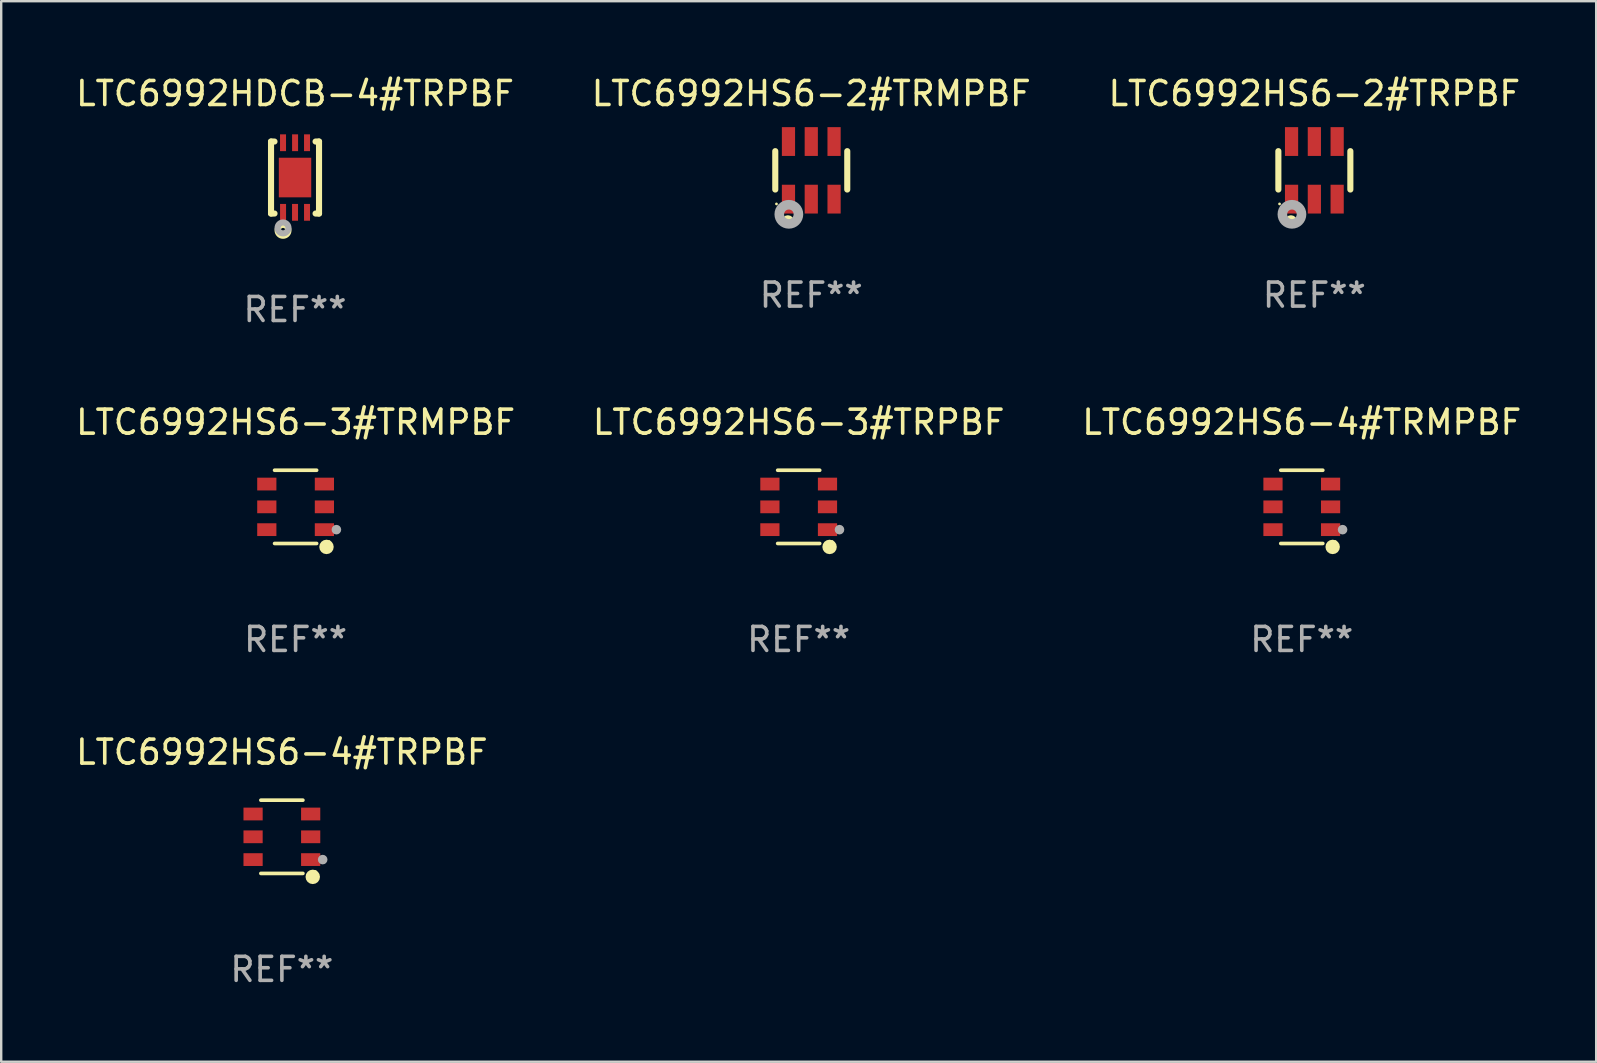
<source format=kicad_pcb>
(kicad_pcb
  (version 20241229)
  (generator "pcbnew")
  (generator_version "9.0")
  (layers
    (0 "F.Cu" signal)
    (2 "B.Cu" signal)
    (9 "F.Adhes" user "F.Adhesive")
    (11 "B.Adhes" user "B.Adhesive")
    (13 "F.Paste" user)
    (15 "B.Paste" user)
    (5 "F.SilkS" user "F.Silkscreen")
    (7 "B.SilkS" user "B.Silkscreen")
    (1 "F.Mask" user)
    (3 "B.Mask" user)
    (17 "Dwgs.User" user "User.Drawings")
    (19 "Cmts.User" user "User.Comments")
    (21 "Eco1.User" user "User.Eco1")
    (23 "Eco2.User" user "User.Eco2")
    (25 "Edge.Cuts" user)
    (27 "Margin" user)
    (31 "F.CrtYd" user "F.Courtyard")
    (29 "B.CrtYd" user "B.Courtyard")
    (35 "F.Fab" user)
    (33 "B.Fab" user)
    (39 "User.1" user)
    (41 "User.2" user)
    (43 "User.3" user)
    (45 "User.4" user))
  (footprint "LTC6992HS6-3#TRPBF"
    (layer "F.Cu")
    (at 30.232 18.071)
    (property "Reference" "LTC6992HS6-3#TRPBF" (at 0 -3.526 0) (layer "F.SilkS") (effects (font (size 1 1) (thickness 0.15))))
    (attr through_hole)
    (fp_line (start 0.876 -1.526) (end -0.876 -1.526) (stroke (width 0.152) (type solid)) (layer "F.SilkS"))
    (fp_line (start 0.876 1.526) (end -0.876 1.526) (stroke (width 0.152) (type solid)) (layer "F.SilkS"))
    (fp_circle (center 1.287 1.669) (end 1.438 1.669) (stroke (width 0.3) (type solid)) (fill no) (layer "F.SilkS"))
    (fp_circle (center 1.4 1.45) (end 1.43 1.45) (stroke (width 0.06) (type solid)) (fill no) (layer "F.SilkS"))
    (fp_circle (center 1.7 0.95) (end 1.8 0.95) (stroke (width 0.2) (type solid)) (fill no) (layer "F.Fab"))
    (fp_text user "REF**" (at 0 5.526 0) (layer "F.Fab") (effects (font (size 1 1) (thickness 0.15))))
    (pad "1" smd rect (at 1.2 0.95) (size 0.8 0.532) (layers "F.Cu" "F.Mask" "F.Paste"))
    (pad "2" smd rect (at 1.2 0) (size 0.8 0.532) (layers "F.Cu" "F.Mask" "F.Paste"))
    (pad "3" smd rect (at 1.2 -0.95) (size 0.8 0.532) (layers "F.Cu" "F.Mask" "F.Paste"))
    (pad "4" smd rect (at -1.2 -0.95) (size 0.8 0.532) (layers "F.Cu" "F.Mask" "F.Paste"))
    (pad "5" smd rect (at -1.2 0) (size 0.8 0.532) (layers "F.Cu" "F.Mask" "F.Paste"))
    (pad "6" smd rect (at -1.2 0.95) (size 0.8 0.532) (layers "F.Cu" "F.Mask" "F.Paste")))
  (footprint "LTC6992HS6-3#TRMPBF"
    (layer "F.Cu")
    (at 9.268 18.071)
    (property "Reference" "LTC6992HS6-3#TRMPBF" (at 0 -3.526 0) (layer "F.SilkS") (effects (font (size 1 1) (thickness 0.15))))
    (attr through_hole)
    (fp_line (start 0.876 -1.526) (end -0.876 -1.526) (stroke (width 0.152) (type solid)) (layer "F.SilkS"))
    (fp_line (start 0.876 1.526) (end -0.876 1.526) (stroke (width 0.152) (type solid)) (layer "F.SilkS"))
    (fp_circle (center 1.287 1.669) (end 1.438 1.669) (stroke (width 0.3) (type solid)) (fill no) (layer "F.SilkS"))
    (fp_circle (center 1.4 1.45) (end 1.43 1.45) (stroke (width 0.06) (type solid)) (fill no) (layer "F.SilkS"))
    (fp_circle (center 1.7 0.95) (end 1.8 0.95) (stroke (width 0.2) (type solid)) (fill no) (layer "F.Fab"))
    (fp_text user "REF**" (at 0 5.526 0) (layer "F.Fab") (effects (font (size 1 1) (thickness 0.15))))
    (pad "1" smd rect (at 1.2 0.95) (size 0.8 0.532) (layers "F.Cu" "F.Mask" "F.Paste"))
    (pad "2" smd rect (at 1.2 0) (size 0.8 0.532) (layers "F.Cu" "F.Mask" "F.Paste"))
    (pad "3" smd rect (at 1.2 -0.95) (size 0.8 0.532) (layers "F.Cu" "F.Mask" "F.Paste"))
    (pad "4" smd rect (at -1.2 -0.95) (size 0.8 0.532) (layers "F.Cu" "F.Mask" "F.Paste"))
    (pad "5" smd rect (at -1.2 0) (size 0.8 0.532) (layers "F.Cu" "F.Mask" "F.Paste"))
    (pad "6" smd rect (at -1.2 0.95) (size 0.8 0.532) (layers "F.Cu" "F.Mask" "F.Paste")))
  (footprint "LTC6992HS6-2#TRMPBF"
    (layer "F.Cu")
    (at 30.756 4.048)
    (property "Reference" "LTC6992HS6-2#TRMPBF" (at 0 -3.2 0) (layer "F.SilkS") (effects (font (size 1 1) (thickness 0.15))))
    (attr through_hole)
    (fp_line (start -1.5 0.8) (end -1.5 -0.8) (stroke (width 0.254) (type solid)) (layer "F.SilkS"))
    (fp_line (start 1.5 -0.8) (end 1.5 0.8) (stroke (width 0.254) (type solid)) (layer "F.SilkS"))
    (fp_circle (center -1.45 1.4) (end -1.42 1.4) (stroke (width 0.06) (type solid)) (fill no) (layer "F.SilkS"))
    (fp_circle (center -0.975 2.125) (end -0.848 2.125) (stroke (width 0.254) (type solid)) (fill no) (layer "F.SilkS"))
    (fp_circle (center -0.934 1.832) (end -0.735 1.832) (stroke (width 0.4) (type solid)) (fill no) (layer "F.Fab"))
    (fp_text user "REF**" (at 0 5.2 0) (layer "F.Fab") (effects (font (size 1 1) (thickness 0.15))))
    (pad "1" smd rect (at -0.95 1.2) (size 0.55 1.2) (layers "F.Cu" "F.Mask" "F.Paste"))
    (pad "2" smd rect (at 0 1.2) (size 0.55 1.2) (layers "F.Cu" "F.Mask" "F.Paste"))
    (pad "3" smd rect (at 0.95 1.2) (size 0.55 1.2) (layers "F.Cu" "F.Mask" "F.Paste"))
    (pad "4" smd rect (at 0.95 -1.2) (size 0.55 1.2) (layers "F.Cu" "F.Mask" "F.Paste"))
    (pad "5" smd rect (at 0 -1.2) (size 0.55 1.2) (layers "F.Cu" "F.Mask" "F.Paste"))
    (pad "6" smd rect (at -0.95 -1.2) (size 0.55 1.2) (layers "F.Cu" "F.Mask" "F.Paste")))
  (footprint "LTC6992HS6-4#TRMPBF"
    (layer "F.Cu")
    (at 51.196 18.071)
    (property "Reference" "LTC6992HS6-4#TRMPBF" (at 0 -3.526 0) (layer "F.SilkS") (effects (font (size 1 1) (thickness 0.15))))
    (attr through_hole)
    (fp_line (start 0.876 -1.526) (end -0.876 -1.526) (stroke (width 0.152) (type solid)) (layer "F.SilkS"))
    (fp_line (start 0.876 1.526) (end -0.876 1.526) (stroke (width 0.152) (type solid)) (layer "F.SilkS"))
    (fp_circle (center 1.287 1.669) (end 1.438 1.669) (stroke (width 0.3) (type solid)) (fill no) (layer "F.SilkS"))
    (fp_circle (center 1.4 1.45) (end 1.43 1.45) (stroke (width 0.06) (type solid)) (fill no) (layer "F.SilkS"))
    (fp_circle (center 1.7 0.95) (end 1.8 0.95) (stroke (width 0.2) (type solid)) (fill no) (layer "F.Fab"))
    (fp_text user "REF**" (at 0 5.526 0) (layer "F.Fab") (effects (font (size 1 1) (thickness 0.15))))
    (pad "1" smd rect (at 1.2 0.95) (size 0.8 0.532) (layers "F.Cu" "F.Mask" "F.Paste"))
    (pad "2" smd rect (at 1.2 0) (size 0.8 0.532) (layers "F.Cu" "F.Mask" "F.Paste"))
    (pad "3" smd rect (at 1.2 -0.95) (size 0.8 0.532) (layers "F.Cu" "F.Mask" "F.Paste"))
    (pad "4" smd rect (at -1.2 -0.95) (size 0.8 0.532) (layers "F.Cu" "F.Mask" "F.Paste"))
    (pad "5" smd rect (at -1.2 0) (size 0.8 0.532) (layers "F.Cu" "F.Mask" "F.Paste"))
    (pad "6" smd rect (at -1.2 0.95) (size 0.8 0.532) (layers "F.Cu" "F.Mask" "F.Paste")))
  (footprint "LTC6992HDCB-4#TRPBF"
    (layer "F.Cu")
    (at 9.244 4.348)
    (property "Reference" "LTC6992HDCB-4#TRPBF" (at 0 -3.5 0) (layer "F.SilkS") (effects (font (size 1 1) (thickness 0.15))))
    (attr through_hole)
    (fp_line (start -1 1.5) (end -1 -1.5) (stroke (width 0.254) (type solid)) (layer "F.SilkS"))
    (fp_line (start -0.856 -1.5) (end -1 -1.5) (stroke (width 0.254) (type solid)) (layer "F.SilkS"))
    (fp_line (start -0.855 1.5) (end -1 1.5) (stroke (width 0.254) (type solid)) (layer "F.SilkS"))
    (fp_line (start 1 -1.5) (end 0.856 -1.5) (stroke (width 0.254) (type solid)) (layer "F.SilkS"))
    (fp_line (start 1 1.5) (end 0.856 1.5) (stroke (width 0.254) (type solid)) (layer "F.SilkS"))
    (fp_line (start 1 1.5) (end 1 -1.5) (stroke (width 0.254) (type solid)) (layer "F.SilkS"))
    (fp_circle (center -1 1.5) (end -0.97 1.5) (stroke (width 0.06) (type solid)) (fill no) (layer "F.SilkS"))
    (fp_circle (center -0.5 2.2) (end -0.4 2.2) (stroke (width 0.254) (type solid)) (fill no) (layer "F.SilkS"))
    (fp_circle (center -0.5 2.1) (end -0.4 2.1) (stroke (width 0.254) (type solid)) (fill no) (layer "F.Fab"))
    (fp_text user "REF**" (at 0 5.5 0) (layer "F.Fab") (effects (font (size 1 1) (thickness 0.15))))
    (pad "1" smd rect (at -0.499 1.45 180) (size 0.25 0.7) (layers "F.Cu" "F.Mask" "F.Paste"))
    (pad "2" smd rect (at 0.000025 1.45 180) (size 0.25 0.7) (layers "F.Cu" "F.Mask" "F.Paste"))
    (pad "3" smd rect (at 0.5 1.45 180) (size 0.25 0.7) (layers "F.Cu" "F.Mask" "F.Paste"))
    (pad "4" smd rect (at 0.5 -1.45 180) (size 0.25 0.7) (layers "F.Cu" "F.Mask" "F.Paste"))
    (pad "5" smd rect (at 0.002 -1.45 180) (size 0.25 0.7) (layers "F.Cu" "F.Mask" "F.Paste"))
    (pad "6" smd rect (at -0.5 -1.45 180) (size 0.25 0.7) (layers "F.Cu" "F.Mask" "F.Paste"))
    (pad "7" smd rect (at 0.000025 0.000038 180) (size 1.35 1.65) (layers "F.Cu" "F.Mask" "F.Paste")))
  (footprint "LTC6992HS6-2#TRPBF"
    (layer "F.Cu")
    (at 51.72 4.048)
    (property "Reference" "LTC6992HS6-2#TRPBF" (at 0 -3.2 0) (layer "F.SilkS") (effects (font (size 1 1) (thickness 0.15))))
    (attr through_hole)
    (fp_line (start -1.5 0.8) (end -1.5 -0.8) (stroke (width 0.254) (type solid)) (layer "F.SilkS"))
    (fp_line (start 1.5 -0.8) (end 1.5 0.8) (stroke (width 0.254) (type solid)) (layer "F.SilkS"))
    (fp_circle (center -1.45 1.4) (end -1.42 1.4) (stroke (width 0.06) (type solid)) (fill no) (layer "F.SilkS"))
    (fp_circle (center -0.975 2.125) (end -0.848 2.125) (stroke (width 0.254) (type solid)) (fill no) (layer "F.SilkS"))
    (fp_circle (center -0.934 1.832) (end -0.735 1.832) (stroke (width 0.4) (type solid)) (fill no) (layer "F.Fab"))
    (fp_text user "REF**" (at 0 5.2 0) (layer "F.Fab") (effects (font (size 1 1) (thickness 0.15))))
    (pad "1" smd rect (at -0.95 1.2) (size 0.55 1.2) (layers "F.Cu" "F.Mask" "F.Paste"))
    (pad "2" smd rect (at 0 1.2) (size 0.55 1.2) (layers "F.Cu" "F.Mask" "F.Paste"))
    (pad "3" smd rect (at 0.95 1.2) (size 0.55 1.2) (layers "F.Cu" "F.Mask" "F.Paste"))
    (pad "4" smd rect (at 0.95 -1.2) (size 0.55 1.2) (layers "F.Cu" "F.Mask" "F.Paste"))
    (pad "5" smd rect (at 0 -1.2) (size 0.55 1.2) (layers "F.Cu" "F.Mask" "F.Paste"))
    (pad "6" smd rect (at -0.95 -1.2) (size 0.55 1.2) (layers "F.Cu" "F.Mask" "F.Paste")))
  (footprint "LTC6992HS6-4#TRPBF"
    (layer "F.Cu")
    (at 8.696 31.82)
    (property "Reference" "LTC6992HS6-4#TRPBF" (at 0 -3.526 0) (layer "F.SilkS") (effects (font (size 1 1) (thickness 0.15))))
    (attr through_hole)
    (fp_line (start 0.876 -1.526) (end -0.876 -1.526) (stroke (width 0.152) (type solid)) (layer "F.SilkS"))
    (fp_line (start 0.876 1.526) (end -0.876 1.526) (stroke (width 0.152) (type solid)) (layer "F.SilkS"))
    (fp_circle (center 1.287 1.669) (end 1.438 1.669) (stroke (width 0.3) (type solid)) (fill no) (layer "F.SilkS"))
    (fp_circle (center 1.4 1.45) (end 1.43 1.45) (stroke (width 0.06) (type solid)) (fill no) (layer "F.SilkS"))
    (fp_circle (center 1.7 0.95) (end 1.8 0.95) (stroke (width 0.2) (type solid)) (fill no) (layer "F.Fab"))
    (fp_text user "REF**" (at 0 5.526 0) (layer "F.Fab") (effects (font (size 1 1) (thickness 0.15))))
    (pad "1" smd rect (at 1.2 0.95) (size 0.8 0.532) (layers "F.Cu" "F.Mask" "F.Paste"))
    (pad "2" smd rect (at 1.2 0) (size 0.8 0.532) (layers "F.Cu" "F.Mask" "F.Paste"))
    (pad "3" smd rect (at 1.2 -0.95) (size 0.8 0.532) (layers "F.Cu" "F.Mask" "F.Paste"))
    (pad "4" smd rect (at -1.2 -0.95) (size 0.8 0.532) (layers "F.Cu" "F.Mask" "F.Paste"))
    (pad "5" smd rect (at -1.2 0) (size 0.8 0.532) (layers "F.Cu" "F.Mask" "F.Paste"))
    (pad "6" smd rect (at -1.2 0.95) (size 0.8 0.532) (layers "F.Cu" "F.Mask" "F.Paste")))
  (gr_rect
    (start -3 -3)
    (end 63.464 41.194)
    (stroke (width 0.1) (type default))
    (fill no)
    (layer "Edge.Cuts")))
</source>
